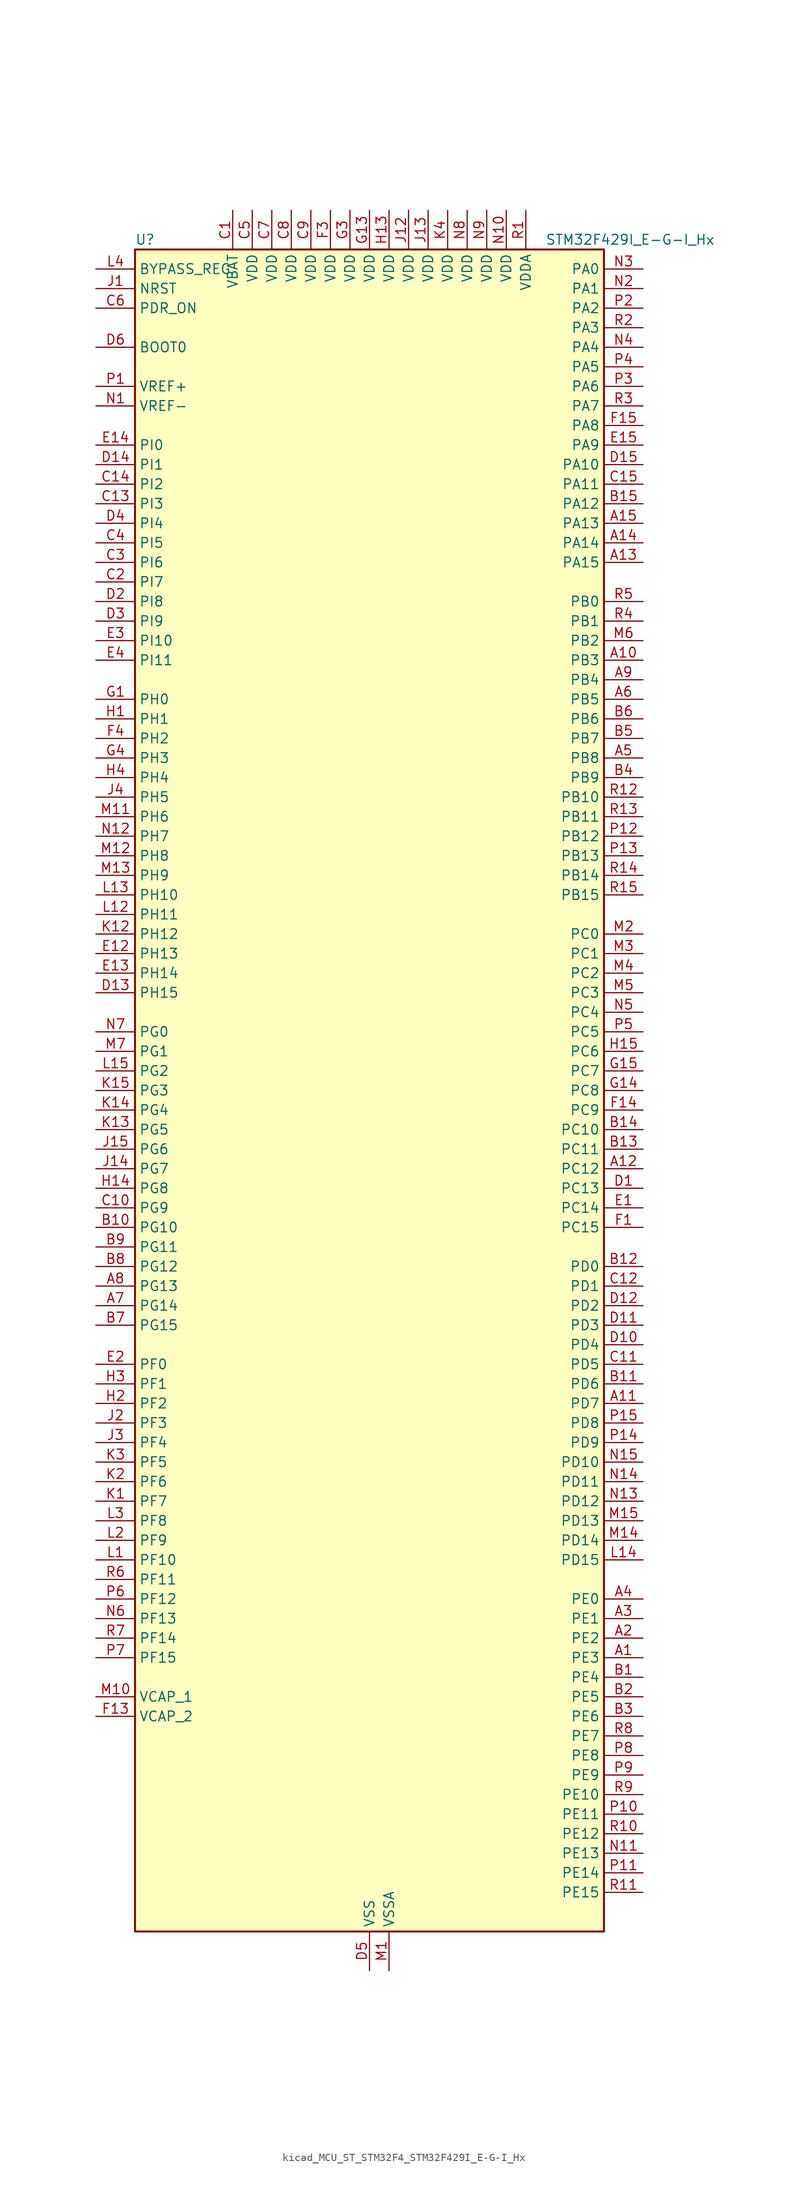
<source format=kicad_sym>
(kicad_symbol_lib
  (version 20220914)
  (generator kicad_symbol_editor)
  (symbol "kicad_MCU_ST_STM32F4_STM32F429I_E-G-I_Hx"
    (property "Reference" "U"
      (at -30.48 110.49 0)
      (effects (font (size 1.27 1.27)) (justify left)))
    (property "Value" "STM32F429I_E-G-I_Hx"
      (at 22.86 110.49 0)
      (effects (font (size 1.27 1.27)) (justify left)))
    (property "ki_locked" ""
      (at 0 0 0)
      (effects (font (size 1.27 1.27))))
    (symbol "kicad_MCU_ST_STM32F4_STM32F429I_E-G-I_Hx_0_1"
      (rectangle (start -30.48 -109.22) (end 30.48 109.22) (stroke (width 0.254) (type default)) (fill (type background))))
    (symbol "kicad_MCU_ST_STM32F4_STM32F429I_E-G-I_Hx_1_1"
      (pin bidirectional line (at 35.56 -73.66 180) (length 5.08) (name "PE3" (effects (font (size 1.27 1.27)))) (number "A1" (effects (font (size 1.27 1.27)))) (alternate "FMC_A19" bidirectional line) (alternate "SAI1_SD_B" bidirectional line) (alternate "SYS_TRACED0" bidirectional line))
      (pin bidirectional line (at 35.56 55.88 180) (length 5.08) (name "PB3" (effects (font (size 1.27 1.27)))) (number "A10" (effects (font (size 1.27 1.27)))) (alternate "I2S3_CK" bidirectional line) (alternate "SPI1_SCK" bidirectional line) (alternate "SPI3_SCK" bidirectional line) (alternate "SYS_JTDO-SWO" bidirectional line) (alternate "TIM2_CH2" bidirectional line))
      (pin bidirectional line (at 35.56 -40.64 180) (length 5.08) (name "PD7" (effects (font (size 1.27 1.27)))) (number "A11" (effects (font (size 1.27 1.27)))) (alternate "FMC_NCE2" bidirectional line) (alternate "FMC_NE1" bidirectional line) (alternate "USART2_CK" bidirectional line))
      (pin bidirectional line (at 35.56 -10.16 180) (length 5.08) (name "PC12" (effects (font (size 1.27 1.27)))) (number "A12" (effects (font (size 1.27 1.27)))) (alternate "DCMI_D9" bidirectional line) (alternate "I2S3_SD" bidirectional line) (alternate "SDIO_CK" bidirectional line) (alternate "SPI3_MOSI" bidirectional line) (alternate "UART5_TX" bidirectional line) (alternate "USART3_CK" bidirectional line))
      (pin bidirectional line (at 35.56 68.58 180) (length 5.08) (name "PA15" (effects (font (size 1.27 1.27)))) (number "A13" (effects (font (size 1.27 1.27)))) (alternate "ADC1_EXTI15" bidirectional line) (alternate "ADC2_EXTI15" bidirectional line) (alternate "ADC3_EXTI15" bidirectional line) (alternate "I2S3_WS" bidirectional line) (alternate "SPI1_NSS" bidirectional line) (alternate "SPI3_NSS" bidirectional line) (alternate "SYS_JTDI" bidirectional line) (alternate "TIM2_CH1" bidirectional line) (alternate "TIM2_ETR" bidirectional line))
      (pin bidirectional line (at 35.56 71.12 180) (length 5.08) (name "PA14" (effects (font (size 1.27 1.27)))) (number "A14" (effects (font (size 1.27 1.27)))) (alternate "SYS_JTCK-SWCLK" bidirectional line))
      (pin bidirectional line (at 35.56 73.66 180) (length 5.08) (name "PA13" (effects (font (size 1.27 1.27)))) (number "A15" (effects (font (size 1.27 1.27)))) (alternate "SYS_JTMS-SWDIO" bidirectional line))
      (pin bidirectional line (at 35.56 -71.12 180) (length 5.08) (name "PE2" (effects (font (size 1.27 1.27)))) (number "A2" (effects (font (size 1.27 1.27)))) (alternate "ETH_TXD3" bidirectional line) (alternate "FMC_A23" bidirectional line) (alternate "SAI1_MCLK_A" bidirectional line) (alternate "SPI4_SCK" bidirectional line) (alternate "SYS_TRACECLK" bidirectional line))
      (pin bidirectional line (at 35.56 -68.58 180) (length 5.08) (name "PE1" (effects (font (size 1.27 1.27)))) (number "A3" (effects (font (size 1.27 1.27)))) (alternate "DCMI_D3" bidirectional line) (alternate "FMC_NBL1" bidirectional line) (alternate "UART8_TX" bidirectional line))
      (pin bidirectional line (at 35.56 -66.04 180) (length 5.08) (name "PE0" (effects (font (size 1.27 1.27)))) (number "A4" (effects (font (size 1.27 1.27)))) (alternate "DCMI_D2" bidirectional line) (alternate "FMC_NBL0" bidirectional line) (alternate "TIM4_ETR" bidirectional line) (alternate "UART8_RX" bidirectional line))
      (pin bidirectional line (at 35.56 43.18 180) (length 5.08) (name "PB8" (effects (font (size 1.27 1.27)))) (number "A5" (effects (font (size 1.27 1.27)))) (alternate "CAN1_RX" bidirectional line) (alternate "DCMI_D6" bidirectional line) (alternate "ETH_TXD3" bidirectional line) (alternate "I2C1_SCL" bidirectional line) (alternate "LTDC_B6" bidirectional line) (alternate "SDIO_D4" bidirectional line) (alternate "TIM10_CH1" bidirectional line) (alternate "TIM4_CH3" bidirectional line))
      (pin bidirectional line (at 35.56 50.8 180) (length 5.08) (name "PB5" (effects (font (size 1.27 1.27)))) (number "A6" (effects (font (size 1.27 1.27)))) (alternate "CAN2_RX" bidirectional line) (alternate "DCMI_D10" bidirectional line) (alternate "ETH_PPS_OUT" bidirectional line) (alternate "FMC_SDCKE1" bidirectional line) (alternate "I2C1_SMBA" bidirectional line) (alternate "I2S3_SD" bidirectional line) (alternate "SPI1_MOSI" bidirectional line) (alternate "SPI3_MOSI" bidirectional line) (alternate "TIM3_CH2" bidirectional line) (alternate "USB_OTG_HS_ULPI_D7" bidirectional line))
      (pin bidirectional line (at -35.56 -27.94 0) (length 5.08) (name "PG14" (effects (font (size 1.27 1.27)))) (number "A7" (effects (font (size 1.27 1.27)))) (alternate "ETH_TXD1" bidirectional line) (alternate "FMC_A25" bidirectional line) (alternate "SPI6_MOSI" bidirectional line) (alternate "USART6_TX" bidirectional line))
      (pin bidirectional line (at -35.56 -25.4 0) (length 5.08) (name "PG13" (effects (font (size 1.27 1.27)))) (number "A8" (effects (font (size 1.27 1.27)))) (alternate "ETH_TXD0" bidirectional line) (alternate "FMC_A24" bidirectional line) (alternate "SPI6_SCK" bidirectional line) (alternate "USART6_CTS" bidirectional line))
      (pin bidirectional line (at 35.56 53.34 180) (length 5.08) (name "PB4" (effects (font (size 1.27 1.27)))) (number "A9" (effects (font (size 1.27 1.27)))) (alternate "I2S3_ext_SD" bidirectional line) (alternate "SPI1_MISO" bidirectional line) (alternate "SPI3_MISO" bidirectional line) (alternate "SYS_JTRST" bidirectional line) (alternate "TIM3_CH1" bidirectional line))
      (pin bidirectional line (at 35.56 -76.2 180) (length 5.08) (name "PE4" (effects (font (size 1.27 1.27)))) (number "B1" (effects (font (size 1.27 1.27)))) (alternate "DCMI_D4" bidirectional line) (alternate "FMC_A20" bidirectional line) (alternate "LTDC_B0" bidirectional line) (alternate "SAI1_FS_A" bidirectional line) (alternate "SPI4_NSS" bidirectional line) (alternate "SYS_TRACED1" bidirectional line))
      (pin bidirectional line (at -35.56 -17.78 0) (length 5.08) (name "PG10" (effects (font (size 1.27 1.27)))) (number "B10" (effects (font (size 1.27 1.27)))) (alternate "DCMI_D2" bidirectional line) (alternate "FMC_NCE4_1" bidirectional line) (alternate "FMC_NE3" bidirectional line) (alternate "LTDC_B2" bidirectional line) (alternate "LTDC_G3" bidirectional line))
      (pin bidirectional line (at 35.56 -38.1 180) (length 5.08) (name "PD6" (effects (font (size 1.27 1.27)))) (number "B11" (effects (font (size 1.27 1.27)))) (alternate "DCMI_D10" bidirectional line) (alternate "FMC_NWAIT" bidirectional line) (alternate "I2S3_SD" bidirectional line) (alternate "LTDC_B2" bidirectional line) (alternate "SAI1_SD_A" bidirectional line) (alternate "SPI3_MOSI" bidirectional line) (alternate "USART2_RX" bidirectional line))
      (pin bidirectional line (at 35.56 -22.86 180) (length 5.08) (name "PD0" (effects (font (size 1.27 1.27)))) (number "B12" (effects (font (size 1.27 1.27)))) (alternate "CAN1_RX" bidirectional line) (alternate "FMC_D2" bidirectional line) (alternate "FMC_DA2" bidirectional line))
      (pin bidirectional line (at 35.56 -7.62 180) (length 5.08) (name "PC11" (effects (font (size 1.27 1.27)))) (number "B13" (effects (font (size 1.27 1.27)))) (alternate "ADC1_EXTI11" bidirectional line) (alternate "ADC2_EXTI11" bidirectional line) (alternate "ADC3_EXTI11" bidirectional line) (alternate "DCMI_D4" bidirectional line) (alternate "I2S3_ext_SD" bidirectional line) (alternate "SDIO_D3" bidirectional line) (alternate "SPI3_MISO" bidirectional line) (alternate "UART4_RX" bidirectional line) (alternate "USART3_RX" bidirectional line))
      (pin bidirectional line (at 35.56 -5.08 180) (length 5.08) (name "PC10" (effects (font (size 1.27 1.27)))) (number "B14" (effects (font (size 1.27 1.27)))) (alternate "DCMI_D8" bidirectional line) (alternate "I2S3_CK" bidirectional line) (alternate "LTDC_R2" bidirectional line) (alternate "SDIO_D2" bidirectional line) (alternate "SPI3_SCK" bidirectional line) (alternate "UART4_TX" bidirectional line) (alternate "USART3_TX" bidirectional line))
      (pin bidirectional line (at 35.56 76.2 180) (length 5.08) (name "PA12" (effects (font (size 1.27 1.27)))) (number "B15" (effects (font (size 1.27 1.27)))) (alternate "CAN1_TX" bidirectional line) (alternate "LTDC_R5" bidirectional line) (alternate "TIM1_ETR" bidirectional line) (alternate "USART1_RTS" bidirectional line) (alternate "USB_OTG_FS_DP" bidirectional line))
      (pin bidirectional line (at 35.56 -78.74 180) (length 5.08) (name "PE5" (effects (font (size 1.27 1.27)))) (number "B2" (effects (font (size 1.27 1.27)))) (alternate "DCMI_D6" bidirectional line) (alternate "FMC_A21" bidirectional line) (alternate "LTDC_G0" bidirectional line) (alternate "SAI1_SCK_A" bidirectional line) (alternate "SPI4_MISO" bidirectional line) (alternate "SYS_TRACED2" bidirectional line) (alternate "TIM9_CH1" bidirectional line))
      (pin bidirectional line (at 35.56 -81.28 180) (length 5.08) (name "PE6" (effects (font (size 1.27 1.27)))) (number "B3" (effects (font (size 1.27 1.27)))) (alternate "DCMI_D7" bidirectional line) (alternate "FMC_A22" bidirectional line) (alternate "LTDC_G1" bidirectional line) (alternate "SAI1_SD_A" bidirectional line) (alternate "SPI4_MOSI" bidirectional line) (alternate "SYS_TRACED3" bidirectional line) (alternate "TIM9_CH2" bidirectional line))
      (pin bidirectional line (at 35.56 40.64 180) (length 5.08) (name "PB9" (effects (font (size 1.27 1.27)))) (number "B4" (effects (font (size 1.27 1.27)))) (alternate "CAN1_TX" bidirectional line) (alternate "DAC_EXTI9" bidirectional line) (alternate "DCMI_D7" bidirectional line) (alternate "I2C1_SDA" bidirectional line) (alternate "I2S2_WS" bidirectional line) (alternate "LTDC_B7" bidirectional line) (alternate "SDIO_D5" bidirectional line) (alternate "SPI2_NSS" bidirectional line) (alternate "TIM11_CH1" bidirectional line) (alternate "TIM4_CH4" bidirectional line))
      (pin bidirectional line (at 35.56 45.72 180) (length 5.08) (name "PB7" (effects (font (size 1.27 1.27)))) (number "B5" (effects (font (size 1.27 1.27)))) (alternate "DCMI_VSYNC" bidirectional line) (alternate "FMC_NL" bidirectional line) (alternate "I2C1_SDA" bidirectional line) (alternate "TIM4_CH2" bidirectional line) (alternate "USART1_RX" bidirectional line))
      (pin bidirectional line (at 35.56 48.26 180) (length 5.08) (name "PB6" (effects (font (size 1.27 1.27)))) (number "B6" (effects (font (size 1.27 1.27)))) (alternate "CAN2_TX" bidirectional line) (alternate "DCMI_D5" bidirectional line) (alternate "FMC_SDNE1" bidirectional line) (alternate "I2C1_SCL" bidirectional line) (alternate "TIM4_CH1" bidirectional line) (alternate "USART1_TX" bidirectional line))
      (pin bidirectional line (at -35.56 -30.48 0) (length 5.08) (name "PG15" (effects (font (size 1.27 1.27)))) (number "B7" (effects (font (size 1.27 1.27)))) (alternate "ADC1_EXTI15" bidirectional line) (alternate "ADC2_EXTI15" bidirectional line) (alternate "ADC3_EXTI15" bidirectional line) (alternate "DCMI_D13" bidirectional line) (alternate "FMC_SDNCAS" bidirectional line) (alternate "USART6_CTS" bidirectional line))
      (pin bidirectional line (at -35.56 -22.86 0) (length 5.08) (name "PG12" (effects (font (size 1.27 1.27)))) (number "B8" (effects (font (size 1.27 1.27)))) (alternate "FMC_NE4" bidirectional line) (alternate "LTDC_B1" bidirectional line) (alternate "LTDC_B4" bidirectional line) (alternate "SPI6_MISO" bidirectional line) (alternate "USART6_RTS" bidirectional line))
      (pin bidirectional line (at -35.56 -20.32 0) (length 5.08) (name "PG11" (effects (font (size 1.27 1.27)))) (number "B9" (effects (font (size 1.27 1.27)))) (alternate "ADC1_EXTI11" bidirectional line) (alternate "ADC2_EXTI11" bidirectional line) (alternate "ADC3_EXTI11" bidirectional line) (alternate "DCMI_D3" bidirectional line) (alternate "ETH_TX_EN" bidirectional line) (alternate "FMC_NCE4_2" bidirectional line) (alternate "LTDC_B3" bidirectional line))
      (pin power_in line (at -17.78 114.3 270) (length 5.08) (name "VBAT" (effects (font (size 1.27 1.27)))) (number "C1" (effects (font (size 1.27 1.27)))))
      (pin bidirectional line (at -35.56 -15.24 0) (length 5.08) (name "PG9" (effects (font (size 1.27 1.27)))) (number "C10" (effects (font (size 1.27 1.27)))) (alternate "DAC_EXTI9" bidirectional line) (alternate "DCMI_VSYNC" bidirectional line) (alternate "FMC_NCE3" bidirectional line) (alternate "FMC_NE2" bidirectional line) (alternate "USART6_RX" bidirectional line))
      (pin bidirectional line (at 35.56 -35.56 180) (length 5.08) (name "PD5" (effects (font (size 1.27 1.27)))) (number "C11" (effects (font (size 1.27 1.27)))) (alternate "FMC_NWE" bidirectional line) (alternate "USART2_TX" bidirectional line))
      (pin bidirectional line (at 35.56 -25.4 180) (length 5.08) (name "PD1" (effects (font (size 1.27 1.27)))) (number "C12" (effects (font (size 1.27 1.27)))) (alternate "CAN1_TX" bidirectional line) (alternate "FMC_D3" bidirectional line) (alternate "FMC_DA3" bidirectional line))
      (pin bidirectional line (at -35.56 76.2 0) (length 5.08) (name "PI3" (effects (font (size 1.27 1.27)))) (number "C13" (effects (font (size 1.27 1.27)))) (alternate "DCMI_D10" bidirectional line) (alternate "FMC_D27" bidirectional line) (alternate "I2S2_SD" bidirectional line) (alternate "SPI2_MOSI" bidirectional line) (alternate "TIM8_ETR" bidirectional line))
      (pin bidirectional line (at -35.56 78.74 0) (length 5.08) (name "PI2" (effects (font (size 1.27 1.27)))) (number "C14" (effects (font (size 1.27 1.27)))) (alternate "DCMI_D9" bidirectional line) (alternate "FMC_D26" bidirectional line) (alternate "I2S2_ext_SD" bidirectional line) (alternate "LTDC_G7" bidirectional line) (alternate "SPI2_MISO" bidirectional line) (alternate "TIM8_CH4" bidirectional line))
      (pin bidirectional line (at 35.56 78.74 180) (length 5.08) (name "PA11" (effects (font (size 1.27 1.27)))) (number "C15" (effects (font (size 1.27 1.27)))) (alternate "ADC1_EXTI11" bidirectional line) (alternate "ADC2_EXTI11" bidirectional line) (alternate "ADC3_EXTI11" bidirectional line) (alternate "CAN1_RX" bidirectional line) (alternate "LTDC_R4" bidirectional line) (alternate "TIM1_CH4" bidirectional line) (alternate "USART1_CTS" bidirectional line) (alternate "USB_OTG_FS_DM" bidirectional line))
      (pin bidirectional line (at -35.56 66.04 0) (length 5.08) (name "PI7" (effects (font (size 1.27 1.27)))) (number "C2" (effects (font (size 1.27 1.27)))) (alternate "DCMI_D7" bidirectional line) (alternate "FMC_D29" bidirectional line) (alternate "LTDC_B7" bidirectional line) (alternate "TIM8_CH3" bidirectional line))
      (pin bidirectional line (at -35.56 68.58 0) (length 5.08) (name "PI6" (effects (font (size 1.27 1.27)))) (number "C3" (effects (font (size 1.27 1.27)))) (alternate "DCMI_D6" bidirectional line) (alternate "FMC_D28" bidirectional line) (alternate "LTDC_B6" bidirectional line) (alternate "TIM8_CH2" bidirectional line))
      (pin bidirectional line (at -35.56 71.12 0) (length 5.08) (name "PI5" (effects (font (size 1.27 1.27)))) (number "C4" (effects (font (size 1.27 1.27)))) (alternate "DCMI_VSYNC" bidirectional line) (alternate "FMC_NBL3" bidirectional line) (alternate "LTDC_B5" bidirectional line) (alternate "TIM8_CH1" bidirectional line))
      (pin power_in line (at -15.24 114.3 270) (length 5.08) (name "VDD" (effects (font (size 1.27 1.27)))) (number "C5" (effects (font (size 1.27 1.27)))))
      (pin input line (at -35.56 101.6 0) (length 5.08) (name "PDR_ON" (effects (font (size 1.27 1.27)))) (number "C6" (effects (font (size 1.27 1.27)))))
      (pin power_in line (at -12.7 114.3 270) (length 5.08) (name "VDD" (effects (font (size 1.27 1.27)))) (number "C7" (effects (font (size 1.27 1.27)))))
      (pin power_in line (at -10.16 114.3 270) (length 5.08) (name "VDD" (effects (font (size 1.27 1.27)))) (number "C8" (effects (font (size 1.27 1.27)))))
      (pin power_in line (at -7.62 114.3 270) (length 5.08) (name "VDD" (effects (font (size 1.27 1.27)))) (number "C9" (effects (font (size 1.27 1.27)))))
      (pin bidirectional line (at 35.56 -12.7 180) (length 5.08) (name "PC13" (effects (font (size 1.27 1.27)))) (number "D1" (effects (font (size 1.27 1.27)))) (alternate "RTC_AF1" bidirectional line))
      (pin bidirectional line (at 35.56 -33.02 180) (length 5.08) (name "PD4" (effects (font (size 1.27 1.27)))) (number "D10" (effects (font (size 1.27 1.27)))) (alternate "FMC_NOE" bidirectional line) (alternate "USART2_RTS" bidirectional line))
      (pin bidirectional line (at 35.56 -30.48 180) (length 5.08) (name "PD3" (effects (font (size 1.27 1.27)))) (number "D11" (effects (font (size 1.27 1.27)))) (alternate "DCMI_D5" bidirectional line) (alternate "FMC_CLK" bidirectional line) (alternate "I2S2_CK" bidirectional line) (alternate "LTDC_G7" bidirectional line) (alternate "SPI2_SCK" bidirectional line) (alternate "USART2_CTS" bidirectional line))
      (pin bidirectional line (at 35.56 -27.94 180) (length 5.08) (name "PD2" (effects (font (size 1.27 1.27)))) (number "D12" (effects (font (size 1.27 1.27)))) (alternate "DCMI_D11" bidirectional line) (alternate "SDIO_CMD" bidirectional line) (alternate "TIM3_ETR" bidirectional line) (alternate "UART5_RX" bidirectional line))
      (pin bidirectional line (at -35.56 12.7 0) (length 5.08) (name "PH15" (effects (font (size 1.27 1.27)))) (number "D13" (effects (font (size 1.27 1.27)))) (alternate "ADC1_EXTI15" bidirectional line) (alternate "ADC2_EXTI15" bidirectional line) (alternate "ADC3_EXTI15" bidirectional line) (alternate "DCMI_D11" bidirectional line) (alternate "FMC_D23" bidirectional line) (alternate "LTDC_G4" bidirectional line) (alternate "TIM8_CH3N" bidirectional line))
      (pin bidirectional line (at -35.56 81.28 0) (length 5.08) (name "PI1" (effects (font (size 1.27 1.27)))) (number "D14" (effects (font (size 1.27 1.27)))) (alternate "DCMI_D8" bidirectional line) (alternate "FMC_D25" bidirectional line) (alternate "I2S2_CK" bidirectional line) (alternate "LTDC_G6" bidirectional line) (alternate "SPI2_SCK" bidirectional line))
      (pin bidirectional line (at 35.56 81.28 180) (length 5.08) (name "PA10" (effects (font (size 1.27 1.27)))) (number "D15" (effects (font (size 1.27 1.27)))) (alternate "DCMI_D1" bidirectional line) (alternate "TIM1_CH3" bidirectional line) (alternate "USART1_RX" bidirectional line) (alternate "USB_OTG_FS_ID" bidirectional line))
      (pin bidirectional line (at -35.56 63.5 0) (length 5.08) (name "PI8" (effects (font (size 1.27 1.27)))) (number "D2" (effects (font (size 1.27 1.27)))) (alternate "RTC_AF2" bidirectional line))
      (pin bidirectional line (at -35.56 60.96 0) (length 5.08) (name "PI9" (effects (font (size 1.27 1.27)))) (number "D3" (effects (font (size 1.27 1.27)))) (alternate "CAN1_RX" bidirectional line) (alternate "DAC_EXTI9" bidirectional line) (alternate "FMC_D30" bidirectional line) (alternate "LTDC_VSYNC" bidirectional line))
      (pin bidirectional line (at -35.56 73.66 0) (length 5.08) (name "PI4" (effects (font (size 1.27 1.27)))) (number "D4" (effects (font (size 1.27 1.27)))) (alternate "DCMI_D5" bidirectional line) (alternate "FMC_NBL2" bidirectional line) (alternate "LTDC_B4" bidirectional line) (alternate "TIM8_BKIN" bidirectional line))
      (pin power_in line (at 0 -114.3 90) (length 5.08) (name "VSS" (effects (font (size 1.27 1.27)))) (number "D5" (effects (font (size 1.27 1.27)))))
      (pin input line (at -35.56 96.52 0) (length 5.08) (name "BOOT0" (effects (font (size 1.27 1.27)))) (number "D6" (effects (font (size 1.27 1.27)))))
      (pin passive line (at 0 -114.3 90) (length 5.08) hide (name "VSS" (effects (font (size 1.27 1.27)))) (number "D7" (effects (font (size 1.27 1.27)))))
      (pin passive line (at 0 -114.3 90) (length 5.08) hide (name "VSS" (effects (font (size 1.27 1.27)))) (number "D8" (effects (font (size 1.27 1.27)))))
      (pin passive line (at 0 -114.3 90) (length 5.08) hide (name "VSS" (effects (font (size 1.27 1.27)))) (number "D9" (effects (font (size 1.27 1.27)))))
      (pin bidirectional line (at 35.56 -15.24 180) (length 5.08) (name "PC14" (effects (font (size 1.27 1.27)))) (number "E1" (effects (font (size 1.27 1.27)))) (alternate "RCC_OSC32_IN" bidirectional line))
      (pin bidirectional line (at -35.56 17.78 0) (length 5.08) (name "PH13" (effects (font (size 1.27 1.27)))) (number "E12" (effects (font (size 1.27 1.27)))) (alternate "CAN1_TX" bidirectional line) (alternate "FMC_D21" bidirectional line) (alternate "LTDC_G2" bidirectional line) (alternate "TIM8_CH1N" bidirectional line))
      (pin bidirectional line (at -35.56 15.24 0) (length 5.08) (name "PH14" (effects (font (size 1.27 1.27)))) (number "E13" (effects (font (size 1.27 1.27)))) (alternate "DCMI_D4" bidirectional line) (alternate "FMC_D22" bidirectional line) (alternate "LTDC_G3" bidirectional line) (alternate "TIM8_CH2N" bidirectional line))
      (pin bidirectional line (at -35.56 83.82 0) (length 5.08) (name "PI0" (effects (font (size 1.27 1.27)))) (number "E14" (effects (font (size 1.27 1.27)))) (alternate "DCMI_D13" bidirectional line) (alternate "FMC_D24" bidirectional line) (alternate "I2S2_WS" bidirectional line) (alternate "LTDC_G5" bidirectional line) (alternate "SPI2_NSS" bidirectional line) (alternate "TIM5_CH4" bidirectional line))
      (pin bidirectional line (at 35.56 83.82 180) (length 5.08) (name "PA9" (effects (font (size 1.27 1.27)))) (number "E15" (effects (font (size 1.27 1.27)))) (alternate "DAC_EXTI9" bidirectional line) (alternate "DCMI_D0" bidirectional line) (alternate "I2C3_SMBA" bidirectional line) (alternate "TIM1_CH2" bidirectional line) (alternate "USART1_TX" bidirectional line) (alternate "USB_OTG_FS_VBUS" bidirectional line))
      (pin bidirectional line (at -35.56 -35.56 0) (length 5.08) (name "PF0" (effects (font (size 1.27 1.27)))) (number "E2" (effects (font (size 1.27 1.27)))) (alternate "FMC_A0" bidirectional line) (alternate "I2C2_SDA" bidirectional line))
      (pin bidirectional line (at -35.56 58.42 0) (length 5.08) (name "PI10" (effects (font (size 1.27 1.27)))) (number "E3" (effects (font (size 1.27 1.27)))) (alternate "ETH_RX_ER" bidirectional line) (alternate "FMC_D31" bidirectional line) (alternate "LTDC_HSYNC" bidirectional line))
      (pin bidirectional line (at -35.56 55.88 0) (length 5.08) (name "PI11" (effects (font (size 1.27 1.27)))) (number "E4" (effects (font (size 1.27 1.27)))) (alternate "ADC1_EXTI11" bidirectional line) (alternate "ADC2_EXTI11" bidirectional line) (alternate "ADC3_EXTI11" bidirectional line) (alternate "USB_OTG_HS_ULPI_DIR" bidirectional line))
      (pin bidirectional line (at 35.56 -17.78 180) (length 5.08) (name "PC15" (effects (font (size 1.27 1.27)))) (number "F1" (effects (font (size 1.27 1.27)))) (alternate "ADC1_EXTI15" bidirectional line) (alternate "ADC2_EXTI15" bidirectional line) (alternate "ADC3_EXTI15" bidirectional line) (alternate "RCC_OSC32_OUT" bidirectional line))
      (pin passive line (at 0 -114.3 90) (length 5.08) hide (name "VSS" (effects (font (size 1.27 1.27)))) (number "F10" (effects (font (size 1.27 1.27)))))
      (pin passive line (at 0 -114.3 90) (length 5.08) hide (name "VSS" (effects (font (size 1.27 1.27)))) (number "F12" (effects (font (size 1.27 1.27)))))
      (pin power_out line (at -35.56 -81.28 0) (length 5.08) (name "VCAP_2" (effects (font (size 1.27 1.27)))) (number "F13" (effects (font (size 1.27 1.27)))))
      (pin bidirectional line (at 35.56 -2.54 180) (length 5.08) (name "PC9" (effects (font (size 1.27 1.27)))) (number "F14" (effects (font (size 1.27 1.27)))) (alternate "DAC_EXTI9" bidirectional line) (alternate "DCMI_D3" bidirectional line) (alternate "I2C3_SDA" bidirectional line) (alternate "I2S_CKIN" bidirectional line) (alternate "RCC_MCO_2" bidirectional line) (alternate "SDIO_D1" bidirectional line) (alternate "TIM3_CH4" bidirectional line) (alternate "TIM8_CH4" bidirectional line))
      (pin bidirectional line (at 35.56 86.36 180) (length 5.08) (name "PA8" (effects (font (size 1.27 1.27)))) (number "F15" (effects (font (size 1.27 1.27)))) (alternate "I2C3_SCL" bidirectional line) (alternate "LTDC_R6" bidirectional line) (alternate "RCC_MCO_1" bidirectional line) (alternate "TIM1_CH1" bidirectional line) (alternate "USART1_CK" bidirectional line) (alternate "USB_OTG_FS_SOF" bidirectional line))
      (pin passive line (at 0 -114.3 90) (length 5.08) hide (name "VSS" (effects (font (size 1.27 1.27)))) (number "F2" (effects (font (size 1.27 1.27)))))
      (pin power_in line (at -5.08 114.3 270) (length 5.08) (name "VDD" (effects (font (size 1.27 1.27)))) (number "F3" (effects (font (size 1.27 1.27)))))
      (pin bidirectional line (at -35.56 45.72 0) (length 5.08) (name "PH2" (effects (font (size 1.27 1.27)))) (number "F4" (effects (font (size 1.27 1.27)))) (alternate "ETH_CRS" bidirectional line) (alternate "FMC_SDCKE0" bidirectional line) (alternate "LTDC_R0" bidirectional line))
      (pin passive line (at 0 -114.3 90) (length 5.08) hide (name "VSS" (effects (font (size 1.27 1.27)))) (number "F6" (effects (font (size 1.27 1.27)))))
      (pin passive line (at 0 -114.3 90) (length 5.08) hide (name "VSS" (effects (font (size 1.27 1.27)))) (number "F7" (effects (font (size 1.27 1.27)))))
      (pin passive line (at 0 -114.3 90) (length 5.08) hide (name "VSS" (effects (font (size 1.27 1.27)))) (number "F8" (effects (font (size 1.27 1.27)))))
      (pin passive line (at 0 -114.3 90) (length 5.08) hide (name "VSS" (effects (font (size 1.27 1.27)))) (number "F9" (effects (font (size 1.27 1.27)))))
      (pin bidirectional line (at -35.56 50.8 0) (length 5.08) (name "PH0" (effects (font (size 1.27 1.27)))) (number "G1" (effects (font (size 1.27 1.27)))) (alternate "RCC_OSC_IN" bidirectional line))
      (pin passive line (at 0 -114.3 90) (length 5.08) hide (name "VSS" (effects (font (size 1.27 1.27)))) (number "G10" (effects (font (size 1.27 1.27)))))
      (pin passive line (at 0 -114.3 90) (length 5.08) hide (name "VSS" (effects (font (size 1.27 1.27)))) (number "G12" (effects (font (size 1.27 1.27)))))
      (pin power_in line (at 0 114.3 270) (length 5.08) (name "VDD" (effects (font (size 1.27 1.27)))) (number "G13" (effects (font (size 1.27 1.27)))))
      (pin bidirectional line (at 35.56 0 180) (length 5.08) (name "PC8" (effects (font (size 1.27 1.27)))) (number "G14" (effects (font (size 1.27 1.27)))) (alternate "DCMI_D2" bidirectional line) (alternate "SDIO_D0" bidirectional line) (alternate "TIM3_CH3" bidirectional line) (alternate "TIM8_CH3" bidirectional line) (alternate "USART6_CK" bidirectional line))
      (pin bidirectional line (at 35.56 2.54 180) (length 5.08) (name "PC7" (effects (font (size 1.27 1.27)))) (number "G15" (effects (font (size 1.27 1.27)))) (alternate "DCMI_D1" bidirectional line) (alternate "I2S3_MCK" bidirectional line) (alternate "LTDC_G6" bidirectional line) (alternate "SDIO_D7" bidirectional line) (alternate "TIM3_CH2" bidirectional line) (alternate "TIM8_CH2" bidirectional line) (alternate "USART6_RX" bidirectional line))
      (pin passive line (at 0 -114.3 90) (length 5.08) hide (name "VSS" (effects (font (size 1.27 1.27)))) (number "G2" (effects (font (size 1.27 1.27)))))
      (pin power_in line (at -2.54 114.3 270) (length 5.08) (name "VDD" (effects (font (size 1.27 1.27)))) (number "G3" (effects (font (size 1.27 1.27)))))
      (pin bidirectional line (at -35.56 43.18 0) (length 5.08) (name "PH3" (effects (font (size 1.27 1.27)))) (number "G4" (effects (font (size 1.27 1.27)))) (alternate "ETH_COL" bidirectional line) (alternate "FMC_SDNE0" bidirectional line) (alternate "LTDC_R1" bidirectional line))
      (pin passive line (at 0 -114.3 90) (length 5.08) hide (name "VSS" (effects (font (size 1.27 1.27)))) (number "G6" (effects (font (size 1.27 1.27)))))
      (pin passive line (at 0 -114.3 90) (length 5.08) hide (name "VSS" (effects (font (size 1.27 1.27)))) (number "G7" (effects (font (size 1.27 1.27)))))
      (pin passive line (at 0 -114.3 90) (length 5.08) hide (name "VSS" (effects (font (size 1.27 1.27)))) (number "G8" (effects (font (size 1.27 1.27)))))
      (pin passive line (at 0 -114.3 90) (length 5.08) hide (name "VSS" (effects (font (size 1.27 1.27)))) (number "G9" (effects (font (size 1.27 1.27)))))
      (pin bidirectional line (at -35.56 48.26 0) (length 5.08) (name "PH1" (effects (font (size 1.27 1.27)))) (number "H1" (effects (font (size 1.27 1.27)))) (alternate "RCC_OSC_OUT" bidirectional line))
      (pin passive line (at 0 -114.3 90) (length 5.08) hide (name "VSS" (effects (font (size 1.27 1.27)))) (number "H10" (effects (font (size 1.27 1.27)))))
      (pin passive line (at 0 -114.3 90) (length 5.08) hide (name "VSS" (effects (font (size 1.27 1.27)))) (number "H12" (effects (font (size 1.27 1.27)))))
      (pin power_in line (at 2.54 114.3 270) (length 5.08) (name "VDD" (effects (font (size 1.27 1.27)))) (number "H13" (effects (font (size 1.27 1.27)))))
      (pin bidirectional line (at -35.56 -12.7 0) (length 5.08) (name "PG8" (effects (font (size 1.27 1.27)))) (number "H14" (effects (font (size 1.27 1.27)))) (alternate "ETH_PPS_OUT" bidirectional line) (alternate "FMC_SDCLK" bidirectional line) (alternate "SPI6_NSS" bidirectional line) (alternate "USART6_RTS" bidirectional line))
      (pin bidirectional line (at 35.56 5.08 180) (length 5.08) (name "PC6" (effects (font (size 1.27 1.27)))) (number "H15" (effects (font (size 1.27 1.27)))) (alternate "DCMI_D0" bidirectional line) (alternate "I2S2_MCK" bidirectional line) (alternate "LTDC_HSYNC" bidirectional line) (alternate "SDIO_D6" bidirectional line) (alternate "TIM3_CH1" bidirectional line) (alternate "TIM8_CH1" bidirectional line) (alternate "USART6_TX" bidirectional line))
      (pin bidirectional line (at -35.56 -40.64 0) (length 5.08) (name "PF2" (effects (font (size 1.27 1.27)))) (number "H2" (effects (font (size 1.27 1.27)))) (alternate "FMC_A2" bidirectional line) (alternate "I2C2_SMBA" bidirectional line))
      (pin bidirectional line (at -35.56 -38.1 0) (length 5.08) (name "PF1" (effects (font (size 1.27 1.27)))) (number "H3" (effects (font (size 1.27 1.27)))) (alternate "FMC_A1" bidirectional line) (alternate "I2C2_SCL" bidirectional line))
      (pin bidirectional line (at -35.56 40.64 0) (length 5.08) (name "PH4" (effects (font (size 1.27 1.27)))) (number "H4" (effects (font (size 1.27 1.27)))) (alternate "I2C2_SCL" bidirectional line) (alternate "USB_OTG_HS_ULPI_NXT" bidirectional line))
      (pin passive line (at 0 -114.3 90) (length 5.08) hide (name "VSS" (effects (font (size 1.27 1.27)))) (number "H6" (effects (font (size 1.27 1.27)))))
      (pin passive line (at 0 -114.3 90) (length 5.08) hide (name "VSS" (effects (font (size 1.27 1.27)))) (number "H7" (effects (font (size 1.27 1.27)))))
      (pin passive line (at 0 -114.3 90) (length 5.08) hide (name "VSS" (effects (font (size 1.27 1.27)))) (number "H8" (effects (font (size 1.27 1.27)))))
      (pin passive line (at 0 -114.3 90) (length 5.08) hide (name "VSS" (effects (font (size 1.27 1.27)))) (number "H9" (effects (font (size 1.27 1.27)))))
      (pin input line (at -35.56 104.14 0) (length 5.08) (name "NRST" (effects (font (size 1.27 1.27)))) (number "J1" (effects (font (size 1.27 1.27)))))
      (pin passive line (at 0 -114.3 90) (length 5.08) hide (name "VSS" (effects (font (size 1.27 1.27)))) (number "J10" (effects (font (size 1.27 1.27)))))
      (pin power_in line (at 5.08 114.3 270) (length 5.08) (name "VDD" (effects (font (size 1.27 1.27)))) (number "J12" (effects (font (size 1.27 1.27)))))
      (pin power_in line (at 7.62 114.3 270) (length 5.08) (name "VDD" (effects (font (size 1.27 1.27)))) (number "J13" (effects (font (size 1.27 1.27)))))
      (pin bidirectional line (at -35.56 -10.16 0) (length 5.08) (name "PG7" (effects (font (size 1.27 1.27)))) (number "J14" (effects (font (size 1.27 1.27)))) (alternate "DCMI_D13" bidirectional line) (alternate "FMC_INT3" bidirectional line) (alternate "LTDC_CLK" bidirectional line) (alternate "USART6_CK" bidirectional line))
      (pin bidirectional line (at -35.56 -7.62 0) (length 5.08) (name "PG6" (effects (font (size 1.27 1.27)))) (number "J15" (effects (font (size 1.27 1.27)))) (alternate "DCMI_D12" bidirectional line) (alternate "FMC_INT2" bidirectional line) (alternate "LTDC_R7" bidirectional line))
      (pin bidirectional line (at -35.56 -43.18 0) (length 5.08) (name "PF3" (effects (font (size 1.27 1.27)))) (number "J2" (effects (font (size 1.27 1.27)))) (alternate "ADC3_IN9" bidirectional line) (alternate "FMC_A3" bidirectional line))
      (pin bidirectional line (at -35.56 -45.72 0) (length 5.08) (name "PF4" (effects (font (size 1.27 1.27)))) (number "J3" (effects (font (size 1.27 1.27)))) (alternate "ADC3_IN14" bidirectional line) (alternate "FMC_A4" bidirectional line))
      (pin bidirectional line (at -35.56 38.1 0) (length 5.08) (name "PH5" (effects (font (size 1.27 1.27)))) (number "J4" (effects (font (size 1.27 1.27)))) (alternate "FMC_SDNWE" bidirectional line) (alternate "I2C2_SDA" bidirectional line) (alternate "SPI5_NSS" bidirectional line))
      (pin passive line (at 0 -114.3 90) (length 5.08) hide (name "VSS" (effects (font (size 1.27 1.27)))) (number "J6" (effects (font (size 1.27 1.27)))))
      (pin passive line (at 0 -114.3 90) (length 5.08) hide (name "VSS" (effects (font (size 1.27 1.27)))) (number "J7" (effects (font (size 1.27 1.27)))))
      (pin passive line (at 0 -114.3 90) (length 5.08) hide (name "VSS" (effects (font (size 1.27 1.27)))) (number "J8" (effects (font (size 1.27 1.27)))))
      (pin passive line (at 0 -114.3 90) (length 5.08) hide (name "VSS" (effects (font (size 1.27 1.27)))) (number "J9" (effects (font (size 1.27 1.27)))))
      (pin bidirectional line (at -35.56 -53.34 0) (length 5.08) (name "PF7" (effects (font (size 1.27 1.27)))) (number "K1" (effects (font (size 1.27 1.27)))) (alternate "ADC3_IN5" bidirectional line) (alternate "FMC_NREG" bidirectional line) (alternate "SAI1_MCLK_B" bidirectional line) (alternate "SPI5_SCK" bidirectional line) (alternate "TIM11_CH1" bidirectional line) (alternate "UART7_TX" bidirectional line))
      (pin passive line (at 0 -114.3 90) (length 5.08) hide (name "VSS" (effects (font (size 1.27 1.27)))) (number "K10" (effects (font (size 1.27 1.27)))))
      (pin bidirectional line (at -35.56 20.32 0) (length 5.08) (name "PH12" (effects (font (size 1.27 1.27)))) (number "K12" (effects (font (size 1.27 1.27)))) (alternate "DCMI_D3" bidirectional line) (alternate "FMC_D20" bidirectional line) (alternate "LTDC_R6" bidirectional line) (alternate "TIM5_CH3" bidirectional line))
      (pin bidirectional line (at -35.56 -5.08 0) (length 5.08) (name "PG5" (effects (font (size 1.27 1.27)))) (number "K13" (effects (font (size 1.27 1.27)))) (alternate "FMC_A15" bidirectional line) (alternate "FMC_BA1" bidirectional line))
      (pin bidirectional line (at -35.56 -2.54 0) (length 5.08) (name "PG4" (effects (font (size 1.27 1.27)))) (number "K14" (effects (font (size 1.27 1.27)))) (alternate "FMC_A14" bidirectional line) (alternate "FMC_BA0" bidirectional line))
      (pin bidirectional line (at -35.56 0 0) (length 5.08) (name "PG3" (effects (font (size 1.27 1.27)))) (number "K15" (effects (font (size 1.27 1.27)))) (alternate "FMC_A13" bidirectional line))
      (pin bidirectional line (at -35.56 -50.8 0) (length 5.08) (name "PF6" (effects (font (size 1.27 1.27)))) (number "K2" (effects (font (size 1.27 1.27)))) (alternate "ADC3_IN4" bidirectional line) (alternate "FMC_NIORD" bidirectional line) (alternate "SAI1_SD_B" bidirectional line) (alternate "SPI5_NSS" bidirectional line) (alternate "TIM10_CH1" bidirectional line) (alternate "UART7_RX" bidirectional line))
      (pin bidirectional line (at -35.56 -48.26 0) (length 5.08) (name "PF5" (effects (font (size 1.27 1.27)))) (number "K3" (effects (font (size 1.27 1.27)))) (alternate "ADC3_IN15" bidirectional line) (alternate "FMC_A5" bidirectional line))
      (pin power_in line (at 10.16 114.3 270) (length 5.08) (name "VDD" (effects (font (size 1.27 1.27)))) (number "K4" (effects (font (size 1.27 1.27)))))
      (pin passive line (at 0 -114.3 90) (length 5.08) hide (name "VSS" (effects (font (size 1.27 1.27)))) (number "K6" (effects (font (size 1.27 1.27)))))
      (pin passive line (at 0 -114.3 90) (length 5.08) hide (name "VSS" (effects (font (size 1.27 1.27)))) (number "K7" (effects (font (size 1.27 1.27)))))
      (pin passive line (at 0 -114.3 90) (length 5.08) hide (name "VSS" (effects (font (size 1.27 1.27)))) (number "K8" (effects (font (size 1.27 1.27)))))
      (pin passive line (at 0 -114.3 90) (length 5.08) hide (name "VSS" (effects (font (size 1.27 1.27)))) (number "K9" (effects (font (size 1.27 1.27)))))
      (pin bidirectional line (at -35.56 -60.96 0) (length 5.08) (name "PF10" (effects (font (size 1.27 1.27)))) (number "L1" (effects (font (size 1.27 1.27)))) (alternate "ADC3_IN8" bidirectional line) (alternate "DCMI_D11" bidirectional line) (alternate "FMC_INTR" bidirectional line) (alternate "LTDC_DE" bidirectional line))
      (pin bidirectional line (at -35.56 22.86 0) (length 5.08) (name "PH11" (effects (font (size 1.27 1.27)))) (number "L12" (effects (font (size 1.27 1.27)))) (alternate "ADC1_EXTI11" bidirectional line) (alternate "ADC2_EXTI11" bidirectional line) (alternate "ADC3_EXTI11" bidirectional line) (alternate "DCMI_D2" bidirectional line) (alternate "FMC_D19" bidirectional line) (alternate "LTDC_R5" bidirectional line) (alternate "TIM5_CH2" bidirectional line))
      (pin bidirectional line (at -35.56 25.4 0) (length 5.08) (name "PH10" (effects (font (size 1.27 1.27)))) (number "L13" (effects (font (size 1.27 1.27)))) (alternate "DCMI_D1" bidirectional line) (alternate "FMC_D18" bidirectional line) (alternate "LTDC_R4" bidirectional line) (alternate "TIM5_CH1" bidirectional line))
      (pin bidirectional line (at 35.56 -60.96 180) (length 5.08) (name "PD15" (effects (font (size 1.27 1.27)))) (number "L14" (effects (font (size 1.27 1.27)))) (alternate "ADC1_EXTI15" bidirectional line) (alternate "ADC2_EXTI15" bidirectional line) (alternate "ADC3_EXTI15" bidirectional line) (alternate "FMC_D1" bidirectional line) (alternate "FMC_DA1" bidirectional line) (alternate "TIM4_CH4" bidirectional line))
      (pin bidirectional line (at -35.56 2.54 0) (length 5.08) (name "PG2" (effects (font (size 1.27 1.27)))) (number "L15" (effects (font (size 1.27 1.27)))) (alternate "FMC_A12" bidirectional line))
      (pin bidirectional line (at -35.56 -58.42 0) (length 5.08) (name "PF9" (effects (font (size 1.27 1.27)))) (number "L2" (effects (font (size 1.27 1.27)))) (alternate "ADC3_IN7" bidirectional line) (alternate "DAC_EXTI9" bidirectional line) (alternate "FMC_CD" bidirectional line) (alternate "SAI1_FS_B" bidirectional line) (alternate "SPI5_MOSI" bidirectional line) (alternate "TIM14_CH1" bidirectional line))
      (pin bidirectional line (at -35.56 -55.88 0) (length 5.08) (name "PF8" (effects (font (size 1.27 1.27)))) (number "L3" (effects (font (size 1.27 1.27)))) (alternate "ADC3_IN6" bidirectional line) (alternate "FMC_NIOWR" bidirectional line) (alternate "SAI1_SCK_B" bidirectional line) (alternate "SPI5_MISO" bidirectional line) (alternate "TIM13_CH1" bidirectional line))
      (pin input line (at -35.56 106.68 0) (length 5.08) (name "BYPASS_REG" (effects (font (size 1.27 1.27)))) (number "L4" (effects (font (size 1.27 1.27)))))
      (pin power_in line (at 2.54 -114.3 90) (length 5.08) (name "VSSA" (effects (font (size 1.27 1.27)))) (number "M1" (effects (font (size 1.27 1.27)))))
      (pin power_out line (at -35.56 -78.74 0) (length 5.08) (name "VCAP_1" (effects (font (size 1.27 1.27)))) (number "M10" (effects (font (size 1.27 1.27)))))
      (pin bidirectional line (at -35.56 35.56 0) (length 5.08) (name "PH6" (effects (font (size 1.27 1.27)))) (number "M11" (effects (font (size 1.27 1.27)))) (alternate "DCMI_D8" bidirectional line) (alternate "ETH_RXD2" bidirectional line) (alternate "FMC_SDNE1" bidirectional line) (alternate "I2C2_SMBA" bidirectional line) (alternate "SPI5_SCK" bidirectional line) (alternate "TIM12_CH1" bidirectional line))
      (pin bidirectional line (at -35.56 30.48 0) (length 5.08) (name "PH8" (effects (font (size 1.27 1.27)))) (number "M12" (effects (font (size 1.27 1.27)))) (alternate "DCMI_HSYNC" bidirectional line) (alternate "FMC_D16" bidirectional line) (alternate "I2C3_SDA" bidirectional line) (alternate "LTDC_R2" bidirectional line))
      (pin bidirectional line (at -35.56 27.94 0) (length 5.08) (name "PH9" (effects (font (size 1.27 1.27)))) (number "M13" (effects (font (size 1.27 1.27)))) (alternate "DAC_EXTI9" bidirectional line) (alternate "DCMI_D0" bidirectional line) (alternate "FMC_D17" bidirectional line) (alternate "I2C3_SMBA" bidirectional line) (alternate "LTDC_R3" bidirectional line) (alternate "TIM12_CH2" bidirectional line))
      (pin bidirectional line (at 35.56 -58.42 180) (length 5.08) (name "PD14" (effects (font (size 1.27 1.27)))) (number "M14" (effects (font (size 1.27 1.27)))) (alternate "FMC_D0" bidirectional line) (alternate "FMC_DA0" bidirectional line) (alternate "TIM4_CH3" bidirectional line))
      (pin bidirectional line (at 35.56 -55.88 180) (length 5.08) (name "PD13" (effects (font (size 1.27 1.27)))) (number "M15" (effects (font (size 1.27 1.27)))) (alternate "FMC_A18" bidirectional line) (alternate "TIM4_CH2" bidirectional line))
      (pin bidirectional line (at 35.56 20.32 180) (length 5.08) (name "PC0" (effects (font (size 1.27 1.27)))) (number "M2" (effects (font (size 1.27 1.27)))) (alternate "ADC1_IN10" bidirectional line) (alternate "ADC2_IN10" bidirectional line) (alternate "ADC3_IN10" bidirectional line) (alternate "FMC_SDNWE" bidirectional line) (alternate "USB_OTG_HS_ULPI_STP" bidirectional line))
      (pin bidirectional line (at 35.56 17.78 180) (length 5.08) (name "PC1" (effects (font (size 1.27 1.27)))) (number "M3" (effects (font (size 1.27 1.27)))) (alternate "ADC1_IN11" bidirectional line) (alternate "ADC2_IN11" bidirectional line) (alternate "ADC3_IN11" bidirectional line) (alternate "ETH_MDC" bidirectional line))
      (pin bidirectional line (at 35.56 15.24 180) (length 5.08) (name "PC2" (effects (font (size 1.27 1.27)))) (number "M4" (effects (font (size 1.27 1.27)))) (alternate "ADC1_IN12" bidirectional line) (alternate "ADC2_IN12" bidirectional line) (alternate "ADC3_IN12" bidirectional line) (alternate "ETH_TXD2" bidirectional line) (alternate "FMC_SDNE0" bidirectional line) (alternate "I2S2_ext_SD" bidirectional line) (alternate "SPI2_MISO" bidirectional line) (alternate "USB_OTG_HS_ULPI_DIR" bidirectional line))
      (pin bidirectional line (at 35.56 12.7 180) (length 5.08) (name "PC3" (effects (font (size 1.27 1.27)))) (number "M5" (effects (font (size 1.27 1.27)))) (alternate "ADC1_IN13" bidirectional line) (alternate "ADC2_IN13" bidirectional line) (alternate "ADC3_IN13" bidirectional line) (alternate "ETH_TX_CLK" bidirectional line) (alternate "FMC_SDCKE0" bidirectional line) (alternate "I2S2_SD" bidirectional line) (alternate "SPI2_MOSI" bidirectional line) (alternate "USB_OTG_HS_ULPI_NXT" bidirectional line))
      (pin bidirectional line (at 35.56 58.42 180) (length 5.08) (name "PB2" (effects (font (size 1.27 1.27)))) (number "M6" (effects (font (size 1.27 1.27)))))
      (pin bidirectional line (at -35.56 5.08 0) (length 5.08) (name "PG1" (effects (font (size 1.27 1.27)))) (number "M7" (effects (font (size 1.27 1.27)))) (alternate "FMC_A11" bidirectional line))
      (pin passive line (at 0 -114.3 90) (length 5.08) hide (name "VSS" (effects (font (size 1.27 1.27)))) (number "M8" (effects (font (size 1.27 1.27)))))
      (pin passive line (at 0 -114.3 90) (length 5.08) hide (name "VSS" (effects (font (size 1.27 1.27)))) (number "M9" (effects (font (size 1.27 1.27)))))
      (pin input line (at -35.56 88.9 0) (length 5.08) (name "VREF-" (effects (font (size 1.27 1.27)))) (number "N1" (effects (font (size 1.27 1.27)))))
      (pin power_in line (at 17.78 114.3 270) (length 5.08) (name "VDD" (effects (font (size 1.27 1.27)))) (number "N10" (effects (font (size 1.27 1.27)))))
      (pin bidirectional line (at 35.56 -99.06 180) (length 5.08) (name "PE13" (effects (font (size 1.27 1.27)))) (number "N11" (effects (font (size 1.27 1.27)))) (alternate "FMC_D10" bidirectional line) (alternate "FMC_DA10" bidirectional line) (alternate "LTDC_DE" bidirectional line) (alternate "SPI4_MISO" bidirectional line) (alternate "TIM1_CH3" bidirectional line))
      (pin bidirectional line (at -35.56 33.02 0) (length 5.08) (name "PH7" (effects (font (size 1.27 1.27)))) (number "N12" (effects (font (size 1.27 1.27)))) (alternate "DCMI_D9" bidirectional line) (alternate "ETH_RXD3" bidirectional line) (alternate "FMC_SDCKE1" bidirectional line) (alternate "I2C3_SCL" bidirectional line) (alternate "SPI5_MISO" bidirectional line))
      (pin bidirectional line (at 35.56 -53.34 180) (length 5.08) (name "PD12" (effects (font (size 1.27 1.27)))) (number "N13" (effects (font (size 1.27 1.27)))) (alternate "FMC_A17" bidirectional line) (alternate "FMC_ALE" bidirectional line) (alternate "TIM4_CH1" bidirectional line) (alternate "USART3_RTS" bidirectional line))
      (pin bidirectional line (at 35.56 -50.8 180) (length 5.08) (name "PD11" (effects (font (size 1.27 1.27)))) (number "N14" (effects (font (size 1.27 1.27)))) (alternate "ADC1_EXTI11" bidirectional line) (alternate "ADC2_EXTI11" bidirectional line) (alternate "ADC3_EXTI11" bidirectional line) (alternate "FMC_A16" bidirectional line) (alternate "FMC_CLE" bidirectional line) (alternate "USART3_CTS" bidirectional line))
      (pin bidirectional line (at 35.56 -48.26 180) (length 5.08) (name "PD10" (effects (font (size 1.27 1.27)))) (number "N15" (effects (font (size 1.27 1.27)))) (alternate "FMC_D15" bidirectional line) (alternate "FMC_DA15" bidirectional line) (alternate "LTDC_B3" bidirectional line) (alternate "USART3_CK" bidirectional line))
      (pin bidirectional line (at 35.56 104.14 180) (length 5.08) (name "PA1" (effects (font (size 1.27 1.27)))) (number "N2" (effects (font (size 1.27 1.27)))) (alternate "ADC1_IN1" bidirectional line) (alternate "ADC2_IN1" bidirectional line) (alternate "ADC3_IN1" bidirectional line) (alternate "ETH_REF_CLK" bidirectional line) (alternate "ETH_RX_CLK" bidirectional line) (alternate "TIM2_CH2" bidirectional line) (alternate "TIM5_CH2" bidirectional line) (alternate "UART4_RX" bidirectional line) (alternate "USART2_RTS" bidirectional line))
      (pin bidirectional line (at 35.56 106.68 180) (length 5.08) (name "PA0" (effects (font (size 1.27 1.27)))) (number "N3" (effects (font (size 1.27 1.27)))) (alternate "ADC1_IN0" bidirectional line) (alternate "ADC2_IN0" bidirectional line) (alternate "ADC3_IN0" bidirectional line) (alternate "ETH_CRS" bidirectional line) (alternate "SYS_WKUP" bidirectional line) (alternate "TIM2_CH1" bidirectional line) (alternate "TIM2_ETR" bidirectional line) (alternate "TIM5_CH1" bidirectional line) (alternate "TIM8_ETR" bidirectional line) (alternate "UART4_TX" bidirectional line) (alternate "USART2_CTS" bidirectional line))
      (pin bidirectional line (at 35.56 96.52 180) (length 5.08) (name "PA4" (effects (font (size 1.27 1.27)))) (number "N4" (effects (font (size 1.27 1.27)))) (alternate "ADC1_IN4" bidirectional line) (alternate "ADC2_IN4" bidirectional line) (alternate "DAC_OUT1" bidirectional line) (alternate "DCMI_HSYNC" bidirectional line) (alternate "I2S3_WS" bidirectional line) (alternate "LTDC_VSYNC" bidirectional line) (alternate "SPI1_NSS" bidirectional line) (alternate "SPI3_NSS" bidirectional line) (alternate "USART2_CK" bidirectional line) (alternate "USB_OTG_HS_SOF" bidirectional line))
      (pin bidirectional line (at 35.56 10.16 180) (length 5.08) (name "PC4" (effects (font (size 1.27 1.27)))) (number "N5" (effects (font (size 1.27 1.27)))) (alternate "ADC1_IN14" bidirectional line) (alternate "ADC2_IN14" bidirectional line) (alternate "ETH_RXD0" bidirectional line))
      (pin bidirectional line (at -35.56 -68.58 0) (length 5.08) (name "PF13" (effects (font (size 1.27 1.27)))) (number "N6" (effects (font (size 1.27 1.27)))) (alternate "FMC_A7" bidirectional line))
      (pin bidirectional line (at -35.56 7.62 0) (length 5.08) (name "PG0" (effects (font (size 1.27 1.27)))) (number "N7" (effects (font (size 1.27 1.27)))) (alternate "FMC_A10" bidirectional line))
      (pin power_in line (at 12.7 114.3 270) (length 5.08) (name "VDD" (effects (font (size 1.27 1.27)))) (number "N8" (effects (font (size 1.27 1.27)))))
      (pin power_in line (at 15.24 114.3 270) (length 5.08) (name "VDD" (effects (font (size 1.27 1.27)))) (number "N9" (effects (font (size 1.27 1.27)))))
      (pin input line (at -35.56 91.44 0) (length 5.08) (name "VREF+" (effects (font (size 1.27 1.27)))) (number "P1" (effects (font (size 1.27 1.27)))))
      (pin bidirectional line (at 35.56 -93.98 180) (length 5.08) (name "PE11" (effects (font (size 1.27 1.27)))) (number "P10" (effects (font (size 1.27 1.27)))) (alternate "ADC1_EXTI11" bidirectional line) (alternate "ADC2_EXTI11" bidirectional line) (alternate "ADC3_EXTI11" bidirectional line) (alternate "FMC_D8" bidirectional line) (alternate "FMC_DA8" bidirectional line) (alternate "LTDC_G3" bidirectional line) (alternate "SPI4_NSS" bidirectional line) (alternate "TIM1_CH2" bidirectional line))
      (pin bidirectional line (at 35.56 -101.6 180) (length 5.08) (name "PE14" (effects (font (size 1.27 1.27)))) (number "P11" (effects (font (size 1.27 1.27)))) (alternate "FMC_D11" bidirectional line) (alternate "FMC_DA11" bidirectional line) (alternate "LTDC_CLK" bidirectional line) (alternate "SPI4_MOSI" bidirectional line) (alternate "TIM1_CH4" bidirectional line))
      (pin bidirectional line (at 35.56 33.02 180) (length 5.08) (name "PB12" (effects (font (size 1.27 1.27)))) (number "P12" (effects (font (size 1.27 1.27)))) (alternate "CAN2_RX" bidirectional line) (alternate "ETH_TXD0" bidirectional line) (alternate "I2C2_SMBA" bidirectional line) (alternate "I2S2_WS" bidirectional line) (alternate "SPI2_NSS" bidirectional line) (alternate "TIM1_BKIN" bidirectional line) (alternate "USART3_CK" bidirectional line) (alternate "USB_OTG_HS_ID" bidirectional line) (alternate "USB_OTG_HS_ULPI_D5" bidirectional line))
      (pin bidirectional line (at 35.56 30.48 180) (length 5.08) (name "PB13" (effects (font (size 1.27 1.27)))) (number "P13" (effects (font (size 1.27 1.27)))) (alternate "CAN2_TX" bidirectional line) (alternate "ETH_TXD1" bidirectional line) (alternate "I2S2_CK" bidirectional line) (alternate "SPI2_SCK" bidirectional line) (alternate "TIM1_CH1N" bidirectional line) (alternate "USART3_CTS" bidirectional line) (alternate "USB_OTG_HS_ULPI_D6" bidirectional line) (alternate "USB_OTG_HS_VBUS" bidirectional line))
      (pin bidirectional line (at 35.56 -45.72 180) (length 5.08) (name "PD9" (effects (font (size 1.27 1.27)))) (number "P14" (effects (font (size 1.27 1.27)))) (alternate "DAC_EXTI9" bidirectional line) (alternate "FMC_D14" bidirectional line) (alternate "FMC_DA14" bidirectional line) (alternate "USART3_RX" bidirectional line))
      (pin bidirectional line (at 35.56 -43.18 180) (length 5.08) (name "PD8" (effects (font (size 1.27 1.27)))) (number "P15" (effects (font (size 1.27 1.27)))) (alternate "FMC_D13" bidirectional line) (alternate "FMC_DA13" bidirectional line) (alternate "USART3_TX" bidirectional line))
      (pin bidirectional line (at 35.56 101.6 180) (length 5.08) (name "PA2" (effects (font (size 1.27 1.27)))) (number "P2" (effects (font (size 1.27 1.27)))) (alternate "ADC1_IN2" bidirectional line) (alternate "ADC2_IN2" bidirectional line) (alternate "ADC3_IN2" bidirectional line) (alternate "ETH_MDIO" bidirectional line) (alternate "TIM2_CH3" bidirectional line) (alternate "TIM5_CH3" bidirectional line) (alternate "TIM9_CH1" bidirectional line) (alternate "USART2_TX" bidirectional line))
      (pin bidirectional line (at 35.56 91.44 180) (length 5.08) (name "PA6" (effects (font (size 1.27 1.27)))) (number "P3" (effects (font (size 1.27 1.27)))) (alternate "ADC1_IN6" bidirectional line) (alternate "ADC2_IN6" bidirectional line) (alternate "DCMI_PIXCLK" bidirectional line) (alternate "LTDC_G2" bidirectional line) (alternate "SPI1_MISO" bidirectional line) (alternate "TIM13_CH1" bidirectional line) (alternate "TIM1_BKIN" bidirectional line) (alternate "TIM3_CH1" bidirectional line) (alternate "TIM8_BKIN" bidirectional line))
      (pin bidirectional line (at 35.56 93.98 180) (length 5.08) (name "PA5" (effects (font (size 1.27 1.27)))) (number "P4" (effects (font (size 1.27 1.27)))) (alternate "ADC1_IN5" bidirectional line) (alternate "ADC2_IN5" bidirectional line) (alternate "DAC_OUT2" bidirectional line) (alternate "SPI1_SCK" bidirectional line) (alternate "TIM2_CH1" bidirectional line) (alternate "TIM2_ETR" bidirectional line) (alternate "TIM8_CH1N" bidirectional line) (alternate "USB_OTG_HS_ULPI_CK" bidirectional line))
      (pin bidirectional line (at 35.56 7.62 180) (length 5.08) (name "PC5" (effects (font (size 1.27 1.27)))) (number "P5" (effects (font (size 1.27 1.27)))) (alternate "ADC1_IN15" bidirectional line) (alternate "ADC2_IN15" bidirectional line) (alternate "ETH_RXD1" bidirectional line))
      (pin bidirectional line (at -35.56 -66.04 0) (length 5.08) (name "PF12" (effects (font (size 1.27 1.27)))) (number "P6" (effects (font (size 1.27 1.27)))) (alternate "FMC_A6" bidirectional line))
      (pin bidirectional line (at -35.56 -73.66 0) (length 5.08) (name "PF15" (effects (font (size 1.27 1.27)))) (number "P7" (effects (font (size 1.27 1.27)))) (alternate "ADC1_EXTI15" bidirectional line) (alternate "ADC2_EXTI15" bidirectional line) (alternate "ADC3_EXTI15" bidirectional line) (alternate "FMC_A9" bidirectional line))
      (pin bidirectional line (at 35.56 -86.36 180) (length 5.08) (name "PE8" (effects (font (size 1.27 1.27)))) (number "P8" (effects (font (size 1.27 1.27)))) (alternate "FMC_D5" bidirectional line) (alternate "FMC_DA5" bidirectional line) (alternate "TIM1_CH1N" bidirectional line) (alternate "UART7_TX" bidirectional line))
      (pin bidirectional line (at 35.56 -88.9 180) (length 5.08) (name "PE9" (effects (font (size 1.27 1.27)))) (number "P9" (effects (font (size 1.27 1.27)))) (alternate "DAC_EXTI9" bidirectional line) (alternate "FMC_D6" bidirectional line) (alternate "FMC_DA6" bidirectional line) (alternate "TIM1_CH1" bidirectional line))
      (pin power_in line (at 20.32 114.3 270) (length 5.08) (name "VDDA" (effects (font (size 1.27 1.27)))) (number "R1" (effects (font (size 1.27 1.27)))))
      (pin bidirectional line (at 35.56 -96.52 180) (length 5.08) (name "PE12" (effects (font (size 1.27 1.27)))) (number "R10" (effects (font (size 1.27 1.27)))) (alternate "FMC_D9" bidirectional line) (alternate "FMC_DA9" bidirectional line) (alternate "LTDC_B4" bidirectional line) (alternate "SPI4_SCK" bidirectional line) (alternate "TIM1_CH3N" bidirectional line))
      (pin bidirectional line (at 35.56 -104.14 180) (length 5.08) (name "PE15" (effects (font (size 1.27 1.27)))) (number "R11" (effects (font (size 1.27 1.27)))) (alternate "ADC1_EXTI15" bidirectional line) (alternate "ADC2_EXTI15" bidirectional line) (alternate "ADC3_EXTI15" bidirectional line) (alternate "FMC_D12" bidirectional line) (alternate "FMC_DA12" bidirectional line) (alternate "LTDC_R7" bidirectional line) (alternate "TIM1_BKIN" bidirectional line))
      (pin bidirectional line (at 35.56 38.1 180) (length 5.08) (name "PB10" (effects (font (size 1.27 1.27)))) (number "R12" (effects (font (size 1.27 1.27)))) (alternate "ETH_RX_ER" bidirectional line) (alternate "I2C2_SCL" bidirectional line) (alternate "I2S2_CK" bidirectional line) (alternate "LTDC_G4" bidirectional line) (alternate "SPI2_SCK" bidirectional line) (alternate "TIM2_CH3" bidirectional line) (alternate "USART3_TX" bidirectional line) (alternate "USB_OTG_HS_ULPI_D3" bidirectional line))
      (pin bidirectional line (at 35.56 35.56 180) (length 5.08) (name "PB11" (effects (font (size 1.27 1.27)))) (number "R13" (effects (font (size 1.27 1.27)))) (alternate "ADC1_EXTI11" bidirectional line) (alternate "ADC2_EXTI11" bidirectional line) (alternate "ADC3_EXTI11" bidirectional line) (alternate "ETH_TX_EN" bidirectional line) (alternate "I2C2_SDA" bidirectional line) (alternate "LTDC_G5" bidirectional line) (alternate "TIM2_CH4" bidirectional line) (alternate "USART3_RX" bidirectional line) (alternate "USB_OTG_HS_ULPI_D4" bidirectional line))
      (pin bidirectional line (at 35.56 27.94 180) (length 5.08) (name "PB14" (effects (font (size 1.27 1.27)))) (number "R14" (effects (font (size 1.27 1.27)))) (alternate "I2S2_ext_SD" bidirectional line) (alternate "SPI2_MISO" bidirectional line) (alternate "TIM12_CH1" bidirectional line) (alternate "TIM1_CH2N" bidirectional line) (alternate "TIM8_CH2N" bidirectional line) (alternate "USART3_RTS" bidirectional line) (alternate "USB_OTG_HS_DM" bidirectional line))
      (pin bidirectional line (at 35.56 25.4 180) (length 5.08) (name "PB15" (effects (font (size 1.27 1.27)))) (number "R15" (effects (font (size 1.27 1.27)))) (alternate "ADC1_EXTI15" bidirectional line) (alternate "ADC2_EXTI15" bidirectional line) (alternate "ADC3_EXTI15" bidirectional line) (alternate "I2S2_SD" bidirectional line) (alternate "RTC_REFIN" bidirectional line) (alternate "SPI2_MOSI" bidirectional line) (alternate "TIM12_CH2" bidirectional line) (alternate "TIM1_CH3N" bidirectional line) (alternate "TIM8_CH3N" bidirectional line) (alternate "USB_OTG_HS_DP" bidirectional line))
      (pin bidirectional line (at 35.56 99.06 180) (length 5.08) (name "PA3" (effects (font (size 1.27 1.27)))) (number "R2" (effects (font (size 1.27 1.27)))) (alternate "ADC1_IN3" bidirectional line) (alternate "ADC2_IN3" bidirectional line) (alternate "ADC3_IN3" bidirectional line) (alternate "ETH_COL" bidirectional line) (alternate "LTDC_B5" bidirectional line) (alternate "TIM2_CH4" bidirectional line) (alternate "TIM5_CH4" bidirectional line) (alternate "TIM9_CH2" bidirectional line) (alternate "USART2_RX" bidirectional line) (alternate "USB_OTG_HS_ULPI_D0" bidirectional line))
      (pin bidirectional line (at 35.56 88.9 180) (length 5.08) (name "PA7" (effects (font (size 1.27 1.27)))) (number "R3" (effects (font (size 1.27 1.27)))) (alternate "ADC1_IN7" bidirectional line) (alternate "ADC2_IN7" bidirectional line) (alternate "ETH_CRS_DV" bidirectional line) (alternate "ETH_RX_DV" bidirectional line) (alternate "SPI1_MOSI" bidirectional line) (alternate "TIM14_CH1" bidirectional line) (alternate "TIM1_CH1N" bidirectional line) (alternate "TIM3_CH2" bidirectional line) (alternate "TIM8_CH1N" bidirectional line))
      (pin bidirectional line (at 35.56 60.96 180) (length 5.08) (name "PB1" (effects (font (size 1.27 1.27)))) (number "R4" (effects (font (size 1.27 1.27)))) (alternate "ADC1_IN9" bidirectional line) (alternate "ADC2_IN9" bidirectional line) (alternate "ETH_RXD3" bidirectional line) (alternate "LTDC_R6" bidirectional line) (alternate "TIM1_CH3N" bidirectional line) (alternate "TIM3_CH4" bidirectional line) (alternate "TIM8_CH3N" bidirectional line) (alternate "USB_OTG_HS_ULPI_D2" bidirectional line))
      (pin bidirectional line (at 35.56 63.5 180) (length 5.08) (name "PB0" (effects (font (size 1.27 1.27)))) (number "R5" (effects (font (size 1.27 1.27)))) (alternate "ADC1_IN8" bidirectional line) (alternate "ADC2_IN8" bidirectional line) (alternate "ETH_RXD2" bidirectional line) (alternate "LTDC_R3" bidirectional line) (alternate "TIM1_CH2N" bidirectional line) (alternate "TIM3_CH3" bidirectional line) (alternate "TIM8_CH2N" bidirectional line) (alternate "USB_OTG_HS_ULPI_D1" bidirectional line))
      (pin bidirectional line (at -35.56 -63.5 0) (length 5.08) (name "PF11" (effects (font (size 1.27 1.27)))) (number "R6" (effects (font (size 1.27 1.27)))) (alternate "ADC1_EXTI11" bidirectional line) (alternate "ADC2_EXTI11" bidirectional line) (alternate "ADC3_EXTI11" bidirectional line) (alternate "DCMI_D12" bidirectional line) (alternate "FMC_SDNRAS" bidirectional line) (alternate "SPI5_MOSI" bidirectional line))
      (pin bidirectional line (at -35.56 -71.12 0) (length 5.08) (name "PF14" (effects (font (size 1.27 1.27)))) (number "R7" (effects (font (size 1.27 1.27)))) (alternate "FMC_A8" bidirectional line))
      (pin bidirectional line (at 35.56 -83.82 180) (length 5.08) (name "PE7" (effects (font (size 1.27 1.27)))) (number "R8" (effects (font (size 1.27 1.27)))) (alternate "FMC_D4" bidirectional line) (alternate "FMC_DA4" bidirectional line) (alternate "TIM1_ETR" bidirectional line) (alternate "UART7_RX" bidirectional line))
      (pin bidirectional line (at 35.56 -91.44 180) (length 5.08) (name "PE10" (effects (font (size 1.27 1.27)))) (number "R9" (effects (font (size 1.27 1.27)))) (alternate "FMC_D7" bidirectional line) (alternate "FMC_DA7" bidirectional line) (alternate "TIM1_CH2N" bidirectional line)))))
</source>
